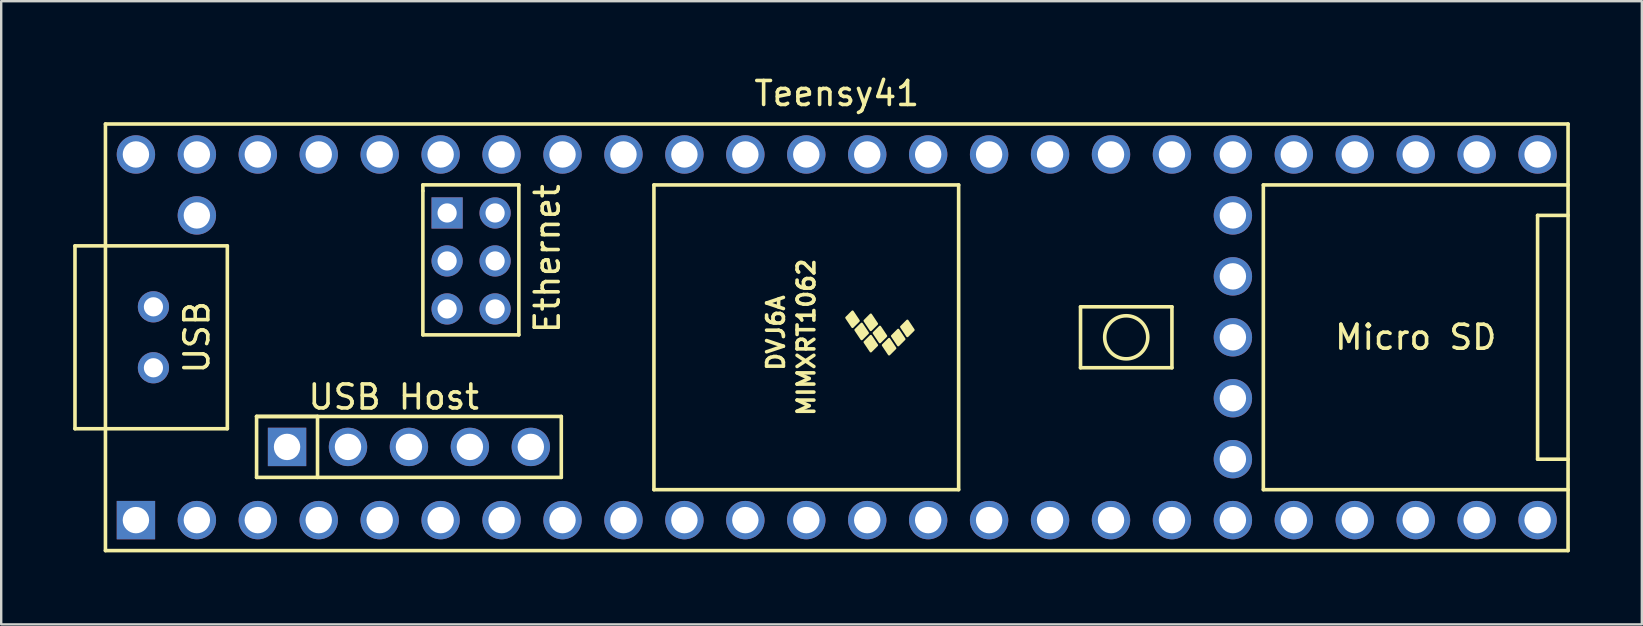
<source format=kicad_pcb>
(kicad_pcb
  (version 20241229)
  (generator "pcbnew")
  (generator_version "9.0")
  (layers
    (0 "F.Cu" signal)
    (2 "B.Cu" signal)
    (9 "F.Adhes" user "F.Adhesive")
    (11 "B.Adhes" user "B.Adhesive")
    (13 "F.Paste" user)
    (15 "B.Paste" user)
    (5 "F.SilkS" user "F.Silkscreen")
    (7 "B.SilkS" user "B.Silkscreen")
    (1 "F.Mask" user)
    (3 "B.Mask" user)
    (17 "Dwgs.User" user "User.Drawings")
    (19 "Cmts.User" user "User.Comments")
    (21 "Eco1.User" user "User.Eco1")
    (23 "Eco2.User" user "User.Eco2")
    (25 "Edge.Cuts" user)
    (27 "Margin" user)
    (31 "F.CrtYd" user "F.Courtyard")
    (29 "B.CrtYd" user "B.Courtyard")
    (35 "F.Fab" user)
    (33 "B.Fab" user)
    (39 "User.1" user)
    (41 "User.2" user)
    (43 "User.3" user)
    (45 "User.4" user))
  (footprint "Teensy41"
    (layer "F.Cu")
    (at 31.825 11.008)
    (property "Reference" "Teensy41" (at 0 -10.16 0) (layer "F.SilkS") (effects (font (size 1 1) (thickness 0.15))))
    (attr through_hole)
    (fp_line (start -31.75 -3.81) (end -30.48 -3.81) (stroke (width 0.15) (type solid)) (layer "F.SilkS"))
    (fp_line (start -31.75 3.81) (end -31.75 -3.81) (stroke (width 0.15) (type solid)) (layer "F.SilkS"))
    (fp_line (start -30.48 -8.89) (end 30.48 -8.89) (stroke (width 0.15) (type solid)) (layer "F.SilkS"))
    (fp_line (start -30.48 3.81) (end -31.75 3.81) (stroke (width 0.15) (type solid)) (layer "F.SilkS"))
    (fp_line (start -30.48 8.89) (end -30.48 -8.89) (stroke (width 0.15) (type solid)) (layer "F.SilkS"))
    (fp_line (start -25.4 -3.81) (end -30.48 -3.81) (stroke (width 0.15) (type solid)) (layer "F.SilkS"))
    (fp_line (start -25.4 3.81) (end -30.48 3.81) (stroke (width 0.15) (type solid)) (layer "F.SilkS"))
    (fp_line (start -25.4 3.81) (end -25.4 -3.81) (stroke (width 0.15) (type solid)) (layer "F.SilkS"))
    (fp_line (start -24.181 3.299) (end -21.641 3.299) (stroke (width 0.15) (type solid)) (layer "F.SilkS"))
    (fp_line (start -24.181 3.299) (end -11.481 3.299) (stroke (width 0.15) (type solid)) (layer "F.SilkS"))
    (fp_line (start -24.181 5.839) (end -24.181 3.299) (stroke (width 0.15) (type solid)) (layer "F.SilkS"))
    (fp_line (start -21.641 3.299) (end -21.641 5.839) (stroke (width 0.15) (type solid)) (layer "F.SilkS"))
    (fp_line (start -17.25 -6.352) (end -17.25 -6.102) (stroke (width 0.15) (type solid)) (layer "F.SilkS"))
    (fp_line (start -17.25 -6.102) (end -17.25 -0.102) (stroke (width 0.15) (type solid)) (layer "F.SilkS"))
    (fp_line (start -17.25 -0.102) (end -13.25 -0.102) (stroke (width 0.15) (type solid)) (layer "F.SilkS"))
    (fp_line (start -13.25 -6.352) (end -17.25 -6.352) (stroke (width 0.15) (type solid)) (layer "F.SilkS"))
    (fp_line (start -13.25 -0.102) (end -13.25 -6.352) (stroke (width 0.15) (type solid)) (layer "F.SilkS"))
    (fp_line (start -11.481 3.299) (end -11.481 5.839) (stroke (width 0.15) (type solid)) (layer "F.SilkS"))
    (fp_line (start -11.481 5.839) (end -24.181 5.839) (stroke (width 0.15) (type solid)) (layer "F.SilkS"))
    (fp_line (start -7.62 -6.35) (end -7.62 6.35) (stroke (width 0.15) (type solid)) (layer "F.SilkS"))
    (fp_line (start -7.62 6.35) (end 5.08 6.35) (stroke (width 0.15) (type solid)) (layer "F.SilkS"))
    (fp_line (start 5.08 -6.35) (end -7.62 -6.35) (stroke (width 0.15) (type solid)) (layer "F.SilkS"))
    (fp_line (start 5.08 6.35) (end 5.08 -6.35) (stroke (width 0.15) (type solid)) (layer "F.SilkS"))
    (fp_line (start 10.16 -1.27) (end 13.97 -1.27) (stroke (width 0.15) (type solid)) (layer "F.SilkS"))
    (fp_line (start 10.16 1.27) (end 10.16 -1.27) (stroke (width 0.15) (type solid)) (layer "F.SilkS"))
    (fp_line (start 13.97 -1.27) (end 13.97 1.27) (stroke (width 0.15) (type solid)) (layer "F.SilkS"))
    (fp_line (start 13.97 1.27) (end 10.16 1.27) (stroke (width 0.15) (type solid)) (layer "F.SilkS"))
    (fp_line (start 17.78 -6.35) (end 17.78 6.35) (stroke (width 0.15) (type solid)) (layer "F.SilkS"))
    (fp_line (start 17.78 6.35) (end 30.48 6.35) (stroke (width 0.15) (type solid)) (layer "F.SilkS"))
    (fp_line (start 29.21 -5.08) (end 29.21 5.08) (stroke (width 0.15) (type solid)) (layer "F.SilkS"))
    (fp_line (start 29.21 5.08) (end 30.48 5.08) (stroke (width 0.15) (type solid)) (layer "F.SilkS"))
    (fp_line (start 30.48 -8.89) (end 30.48 8.89) (stroke (width 0.15) (type solid)) (layer "F.SilkS"))
    (fp_line (start 30.48 -6.35) (end 17.78 -6.35) (stroke (width 0.15) (type solid)) (layer "F.SilkS"))
    (fp_line (start 30.48 -5.08) (end 29.21 -5.08) (stroke (width 0.15) (type solid)) (layer "F.SilkS"))
    (fp_line (start 30.48 8.89) (end -30.48 8.89) (stroke (width 0.15) (type solid)) (layer "F.SilkS"))
    (fp_circle (center 12.065 0) (end 12.7 -0.635) (stroke (width 0.15) (type solid)) (fill no) (layer "F.SilkS"))
    (fp_poly (pts (xy 0.911 -0.688) (xy 0.657 -0.434) (xy 0.403 -0.815) (xy 0.657 -1.069)) (stroke (width 0.1) (type solid)) (fill yes) (layer "F.SilkS"))
    (fp_poly (pts (xy 1.292 -0.18) (xy 1.038 0.074) (xy 0.784 -0.307) (xy 1.038 -0.561)) (stroke (width 0.1) (type solid)) (fill yes) (layer "F.SilkS"))
    (fp_poly (pts (xy 1.673 -0.561) (xy 1.419 -0.307) (xy 1.165 -0.688) (xy 1.419 -0.942)) (stroke (width 0.1) (type solid)) (fill yes) (layer "F.SilkS"))
    (fp_poly (pts (xy 1.673 0.328) (xy 1.419 0.582) (xy 1.165 0.201) (xy 1.419 -0.053)) (stroke (width 0.1) (type solid)) (fill yes) (layer "F.SilkS"))
    (fp_poly (pts (xy 2.054 -0.053) (xy 1.8 0.201) (xy 1.546 -0.18) (xy 1.8 -0.434)) (stroke (width 0.1) (type solid)) (fill yes) (layer "F.SilkS"))
    (fp_poly (pts (xy 2.435 0.455) (xy 2.181 0.709) (xy 1.927 0.328) (xy 2.181 0.074)) (stroke (width 0.1) (type solid)) (fill yes) (layer "F.SilkS"))
    (fp_poly (pts (xy 2.816 0.074) (xy 2.562 0.328) (xy 2.308 -0.053) (xy 2.562 -0.307)) (stroke (width 0.1) (type solid)) (fill yes) (layer "F.SilkS"))
    (fp_poly (pts (xy 3.197 -0.307) (xy 2.943 -0.053) (xy 2.689 -0.434) (xy 2.943 -0.688)) (stroke (width 0.1) (type solid)) (fill yes) (layer "F.SilkS"))
    (fp_text user "Ethernet" (at -12.065 -3.277 90) (layer "F.SilkS") (effects (font (size 1 1) (thickness 0.15))))
    (fp_text user "Micro SD" (at 24.13 0 0) (layer "F.SilkS") (effects (font (size 1 1) (thickness 0.15))))
    (fp_text user "MIMXRT1062" (at -1.27 0 270) (layer "F.SilkS") (effects (font (size 0.7 0.7) (thickness 0.15))))
    (fp_text user "DVJ6A" (at -2.54 -0.18 270) (layer "F.SilkS") (effects (font (size 0.7 0.7) (thickness 0.15))))
    (fp_text user "USB Host" (at -18.466 2.489 0) (layer "F.SilkS") (effects (font (size 1 1) (thickness 0.15))))
    (fp_text user "USB" (at -26.67 0 270) (layer "F.SilkS") (effects (font (size 1 1) (thickness 0.15))))
    (pad "1" thru_hole rect (at -29.21 7.62) (size 1.6 1.6) (drill 1.1) (layers "*.Cu" "*.Mask"))
    (pad "2" thru_hole circle (at -26.67 7.62) (size 1.6 1.6) (drill 1.1) (layers "*.Cu" "*.Mask"))
    (pad "3" thru_hole circle (at -24.13 7.62) (size 1.6 1.6) (drill 1.1) (layers "*.Cu" "*.Mask"))
    (pad "4" thru_hole circle (at -21.59 7.62) (size 1.6 1.6) (drill 1.1) (layers "*.Cu" "*.Mask"))
    (pad "5" thru_hole circle (at -19.05 7.62) (size 1.6 1.6) (drill 1.1) (layers "*.Cu" "*.Mask"))
    (pad "6" thru_hole circle (at -16.51 7.62) (size 1.6 1.6) (drill 1.1) (layers "*.Cu" "*.Mask"))
    (pad "7" thru_hole circle (at -13.97 7.62) (size 1.6 1.6) (drill 1.1) (layers "*.Cu" "*.Mask"))
    (pad "8" thru_hole circle (at -11.43 7.62) (size 1.6 1.6) (drill 1.1) (layers "*.Cu" "*.Mask"))
    (pad "9" thru_hole circle (at -8.89 7.62) (size 1.6 1.6) (drill 1.1) (layers "*.Cu" "*.Mask"))
    (pad "10" thru_hole circle (at -6.35 7.62) (size 1.6 1.6) (drill 1.1) (layers "*.Cu" "*.Mask"))
    (pad "11" thru_hole circle (at -3.81 7.62) (size 1.6 1.6) (drill 1.1) (layers "*.Cu" "*.Mask"))
    (pad "12" thru_hole circle (at -1.27 7.62) (size 1.6 1.6) (drill 1.1) (layers "*.Cu" "*.Mask"))
    (pad "13" thru_hole circle (at 1.27 7.62) (size 1.6 1.6) (drill 1.1) (layers "*.Cu" "*.Mask"))
    (pad "14" thru_hole circle (at 3.81 7.62) (size 1.6 1.6) (drill 1.1) (layers "*.Cu" "*.Mask"))
    (pad "15" thru_hole circle (at 6.35 7.62) (size 1.6 1.6) (drill 1.1) (layers "*.Cu" "*.Mask"))
    (pad "16" thru_hole circle (at 8.89 7.62) (size 1.6 1.6) (drill 1.1) (layers "*.Cu" "*.Mask"))
    (pad "17" thru_hole circle (at 11.43 7.62) (size 1.6 1.6) (drill 1.1) (layers "*.Cu" "*.Mask"))
    (pad "18" thru_hole circle (at 13.97 7.62) (size 1.6 1.6) (drill 1.1) (layers "*.Cu" "*.Mask"))
    (pad "19" thru_hole circle (at 16.51 7.62) (size 1.6 1.6) (drill 1.1) (layers "*.Cu" "*.Mask"))
    (pad "20" thru_hole circle (at 19.05 7.62) (size 1.6 1.6) (drill 1.1) (layers "*.Cu" "*.Mask"))
    (pad "21" thru_hole circle (at 21.59 7.62) (size 1.6 1.6) (drill 1.1) (layers "*.Cu" "*.Mask"))
    (pad "22" thru_hole circle (at 24.13 7.62) (size 1.6 1.6) (drill 1.1) (layers "*.Cu" "*.Mask"))
    (pad "23" thru_hole circle (at 26.67 7.62) (size 1.6 1.6) (drill 1.1) (layers "*.Cu" "*.Mask"))
    (pad "24" thru_hole circle (at 29.21 7.62) (size 1.6 1.6) (drill 1.1) (layers "*.Cu" "*.Mask"))
    (pad "25" thru_hole circle (at 29.21 -7.62) (size 1.6 1.6) (drill 1.1) (layers "*.Cu" "*.Mask"))
    (pad "26" thru_hole circle (at 26.67 -7.62) (size 1.6 1.6) (drill 1.1) (layers "*.Cu" "*.Mask"))
    (pad "27" thru_hole circle (at 24.13 -7.62) (size 1.6 1.6) (drill 1.1) (layers "*.Cu" "*.Mask"))
    (pad "28" thru_hole circle (at 21.59 -7.62) (size 1.6 1.6) (drill 1.1) (layers "*.Cu" "*.Mask"))
    (pad "29" thru_hole circle (at 19.05 -7.62) (size 1.6 1.6) (drill 1.1) (layers "*.Cu" "*.Mask"))
    (pad "30" thru_hole circle (at 16.51 -7.62) (size 1.6 1.6) (drill 1.1) (layers "*.Cu" "*.Mask"))
    (pad "31" thru_hole circle (at 13.97 -7.62) (size 1.6 1.6) (drill 1.1) (layers "*.Cu" "*.Mask"))
    (pad "32" thru_hole circle (at 11.43 -7.62) (size 1.6 1.6) (drill 1.1) (layers "*.Cu" "*.Mask"))
    (pad "33" thru_hole circle (at 8.89 -7.62) (size 1.6 1.6) (drill 1.1) (layers "*.Cu" "*.Mask"))
    (pad "34" thru_hole circle (at 6.35 -7.62) (size 1.6 1.6) (drill 1.1) (layers "*.Cu" "*.Mask"))
    (pad "35" thru_hole circle (at 3.81 -7.62) (size 1.6 1.6) (drill 1.1) (layers "*.Cu" "*.Mask"))
    (pad "36" thru_hole circle (at 1.27 -7.62) (size 1.6 1.6) (drill 1.1) (layers "*.Cu" "*.Mask"))
    (pad "37" thru_hole circle (at -1.27 -7.62) (size 1.6 1.6) (drill 1.1) (layers "*.Cu" "*.Mask"))
    (pad "38" thru_hole circle (at -3.81 -7.62) (size 1.6 1.6) (drill 1.1) (layers "*.Cu" "*.Mask"))
    (pad "39" thru_hole circle (at -6.35 -7.62) (size 1.6 1.6) (drill 1.1) (layers "*.Cu" "*.Mask"))
    (pad "40" thru_hole circle (at -8.89 -7.62) (size 1.6 1.6) (drill 1.1) (layers "*.Cu" "*.Mask"))
    (pad "41" thru_hole circle (at -11.43 -7.62) (size 1.6 1.6) (drill 1.1) (layers "*.Cu" "*.Mask"))
    (pad "42" thru_hole circle (at -13.97 -7.62) (size 1.6 1.6) (drill 1.1) (layers "*.Cu" "*.Mask"))
    (pad "43" thru_hole circle (at -16.51 -7.62) (size 1.6 1.6) (drill 1.1) (layers "*.Cu" "*.Mask"))
    (pad "44" thru_hole circle (at -19.05 -7.62) (size 1.6 1.6) (drill 1.1) (layers "*.Cu" "*.Mask"))
    (pad "45" thru_hole circle (at -21.59 -7.62) (size 1.6 1.6) (drill 1.1) (layers "*.Cu" "*.Mask"))
    (pad "46" thru_hole circle (at -24.13 -7.62) (size 1.6 1.6) (drill 1.1) (layers "*.Cu" "*.Mask"))
    (pad "47" thru_hole circle (at -26.67 -7.62) (size 1.6 1.6) (drill 1.1) (layers "*.Cu" "*.Mask"))
    (pad "48" thru_hole circle (at -29.21 -7.62) (size 1.6 1.6) (drill 1.1) (layers "*.Cu" "*.Mask"))
    (pad "49" thru_hole circle (at -26.67 -5.08) (size 1.6 1.6) (drill 1.1) (layers "*.Cu" "*.Mask"))
    (pad "50" thru_hole circle (at 16.51 5.08) (size 1.6 1.6) (drill 1.1) (layers "*.Cu" "*.Mask"))
    (pad "51" thru_hole circle (at 16.51 2.54) (size 1.6 1.6) (drill 1.1) (layers "*.Cu" "*.Mask"))
    (pad "52" thru_hole circle (at 16.51 0) (size 1.6 1.6) (drill 1.1) (layers "*.Cu" "*.Mask"))
    (pad "53" thru_hole circle (at 16.51 -2.54) (size 1.6 1.6) (drill 1.1) (layers "*.Cu" "*.Mask"))
    (pad "54" thru_hole circle (at 16.51 -5.08) (size 1.6 1.6) (drill 1.1) (layers "*.Cu" "*.Mask"))
    (pad "55" thru_hole rect (at -22.911 4.569) (size 1.6 1.6) (drill 1.1) (layers "*.Cu" "*.Mask"))
    (pad "56" thru_hole circle (at -20.371 4.569) (size 1.6 1.6) (drill 1.1) (layers "*.Cu" "*.Mask"))
    (pad "57" thru_hole circle (at -17.831 4.569) (size 1.6 1.6) (drill 1.1) (layers "*.Cu" "*.Mask"))
    (pad "58" thru_hole circle (at -15.291 4.569) (size 1.6 1.6) (drill 1.1) (layers "*.Cu" "*.Mask"))
    (pad "59" thru_hole circle (at -12.751 4.569) (size 1.6 1.6) (drill 1.1) (layers "*.Cu" "*.Mask"))
    (pad "60" thru_hole rect (at -16.24 -5.182) (size 1.3 1.3) (drill 0.8) (layers "*.Cu" "*.Mask"))
    (pad "61" thru_hole circle (at -16.24 -3.182) (size 1.3 1.3) (drill 0.8) (layers "*.Cu" "*.Mask"))
    (pad "62" thru_hole circle (at -16.24 -1.182) (size 1.3 1.3) (drill 0.8) (layers "*.Cu" "*.Mask"))
    (pad "63" thru_hole circle (at -14.24 -1.182) (size 1.3 1.3) (drill 0.8) (layers "*.Cu" "*.Mask"))
    (pad "64" thru_hole circle (at -14.24 -3.182) (size 1.3 1.3) (drill 0.8) (layers "*.Cu" "*.Mask"))
    (pad "65" thru_hole circle (at -14.24 -5.182) (size 1.3 1.3) (drill 0.8) (layers "*.Cu" "*.Mask"))
    (pad "66" thru_hole circle (at -28.48 -1.27) (size 1.3 1.3) (drill 0.8) (layers "*.Cu" "*.Mask"))
    (pad "67" thru_hole circle (at -28.48 1.27) (size 1.3 1.3) (drill 0.8) (layers "*.Cu" "*.Mask")))
  (gr_rect
    (start -3 -3)
    (end 65.38 22.973)
    (stroke (width 0.1) (type default))
    (fill no)
    (layer "Edge.Cuts")))
</source>
